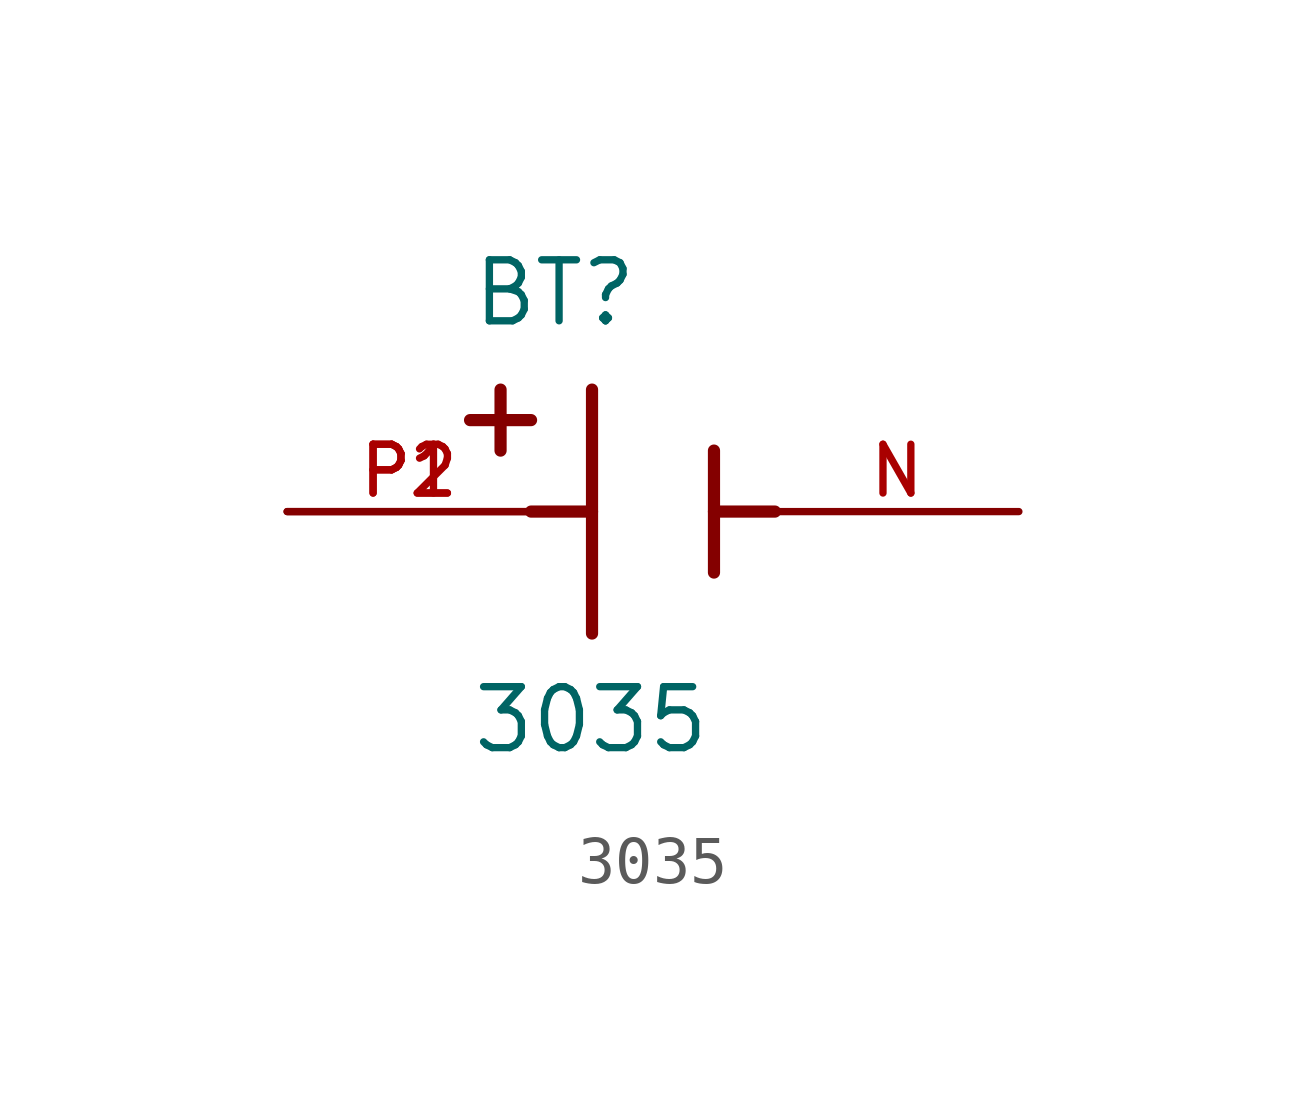
<source format=kicad_sym>
(kicad_symbol_lib
  (version 20211014)
  (generator kicad_symbol_editor)
  (symbol "3035"
    (pin_names
      (offset 1.016))
    (property "Reference" "BT"
      (at -3.81 3.81 0)
      (effects (font (size 1.27 1.27)) (justify bottom left)))
    (property "Value" "3035"
      (at -3.81 -5.08 0)
      (effects (font (size 1.27 1.27)) (justify bottom left)))
    (symbol "3035_0_0"
      (polyline (pts (xy -1.27 2.54) (xy -1.27 -2.54)) (stroke (width 0.254)))
      (polyline (pts (xy 1.27 1.27) (xy 1.27 -1.27)) (stroke (width 0.254)))
      (polyline (pts (xy -1.27 0.0) (xy -2.54 0.0)) (stroke (width 0.254)))
      (polyline (pts (xy 1.27 0.0) (xy 2.54 0.0)) (stroke (width 0.254)))
      (polyline (pts (xy -3.175 2.54) (xy -3.175 1.27)) (stroke (width 0.254)))
      (polyline (pts (xy -3.81 1.905) (xy -2.54 1.905)) (stroke (width 0.254)))
      (pin passive line (at -7.62 0.0 0) (length 5.08) (name "~" (effects (font (size 1.016 1.016)))) (number "P1" (effects (font (size 1.016 1.016)))))
      (pin passive line (at 7.62 0.0 180.0) (length 5.08) (name "~" (effects (font (size 1.016 1.016)))) (number "N" (effects (font (size 1.016 1.016)))))
      (pin passive line (at -7.62 0.0 0) (length 5.08) (name "~" (effects (font (size 1.016 1.016)))) (number "P2" (effects (font (size 1.016 1.016))))))))
</source>
